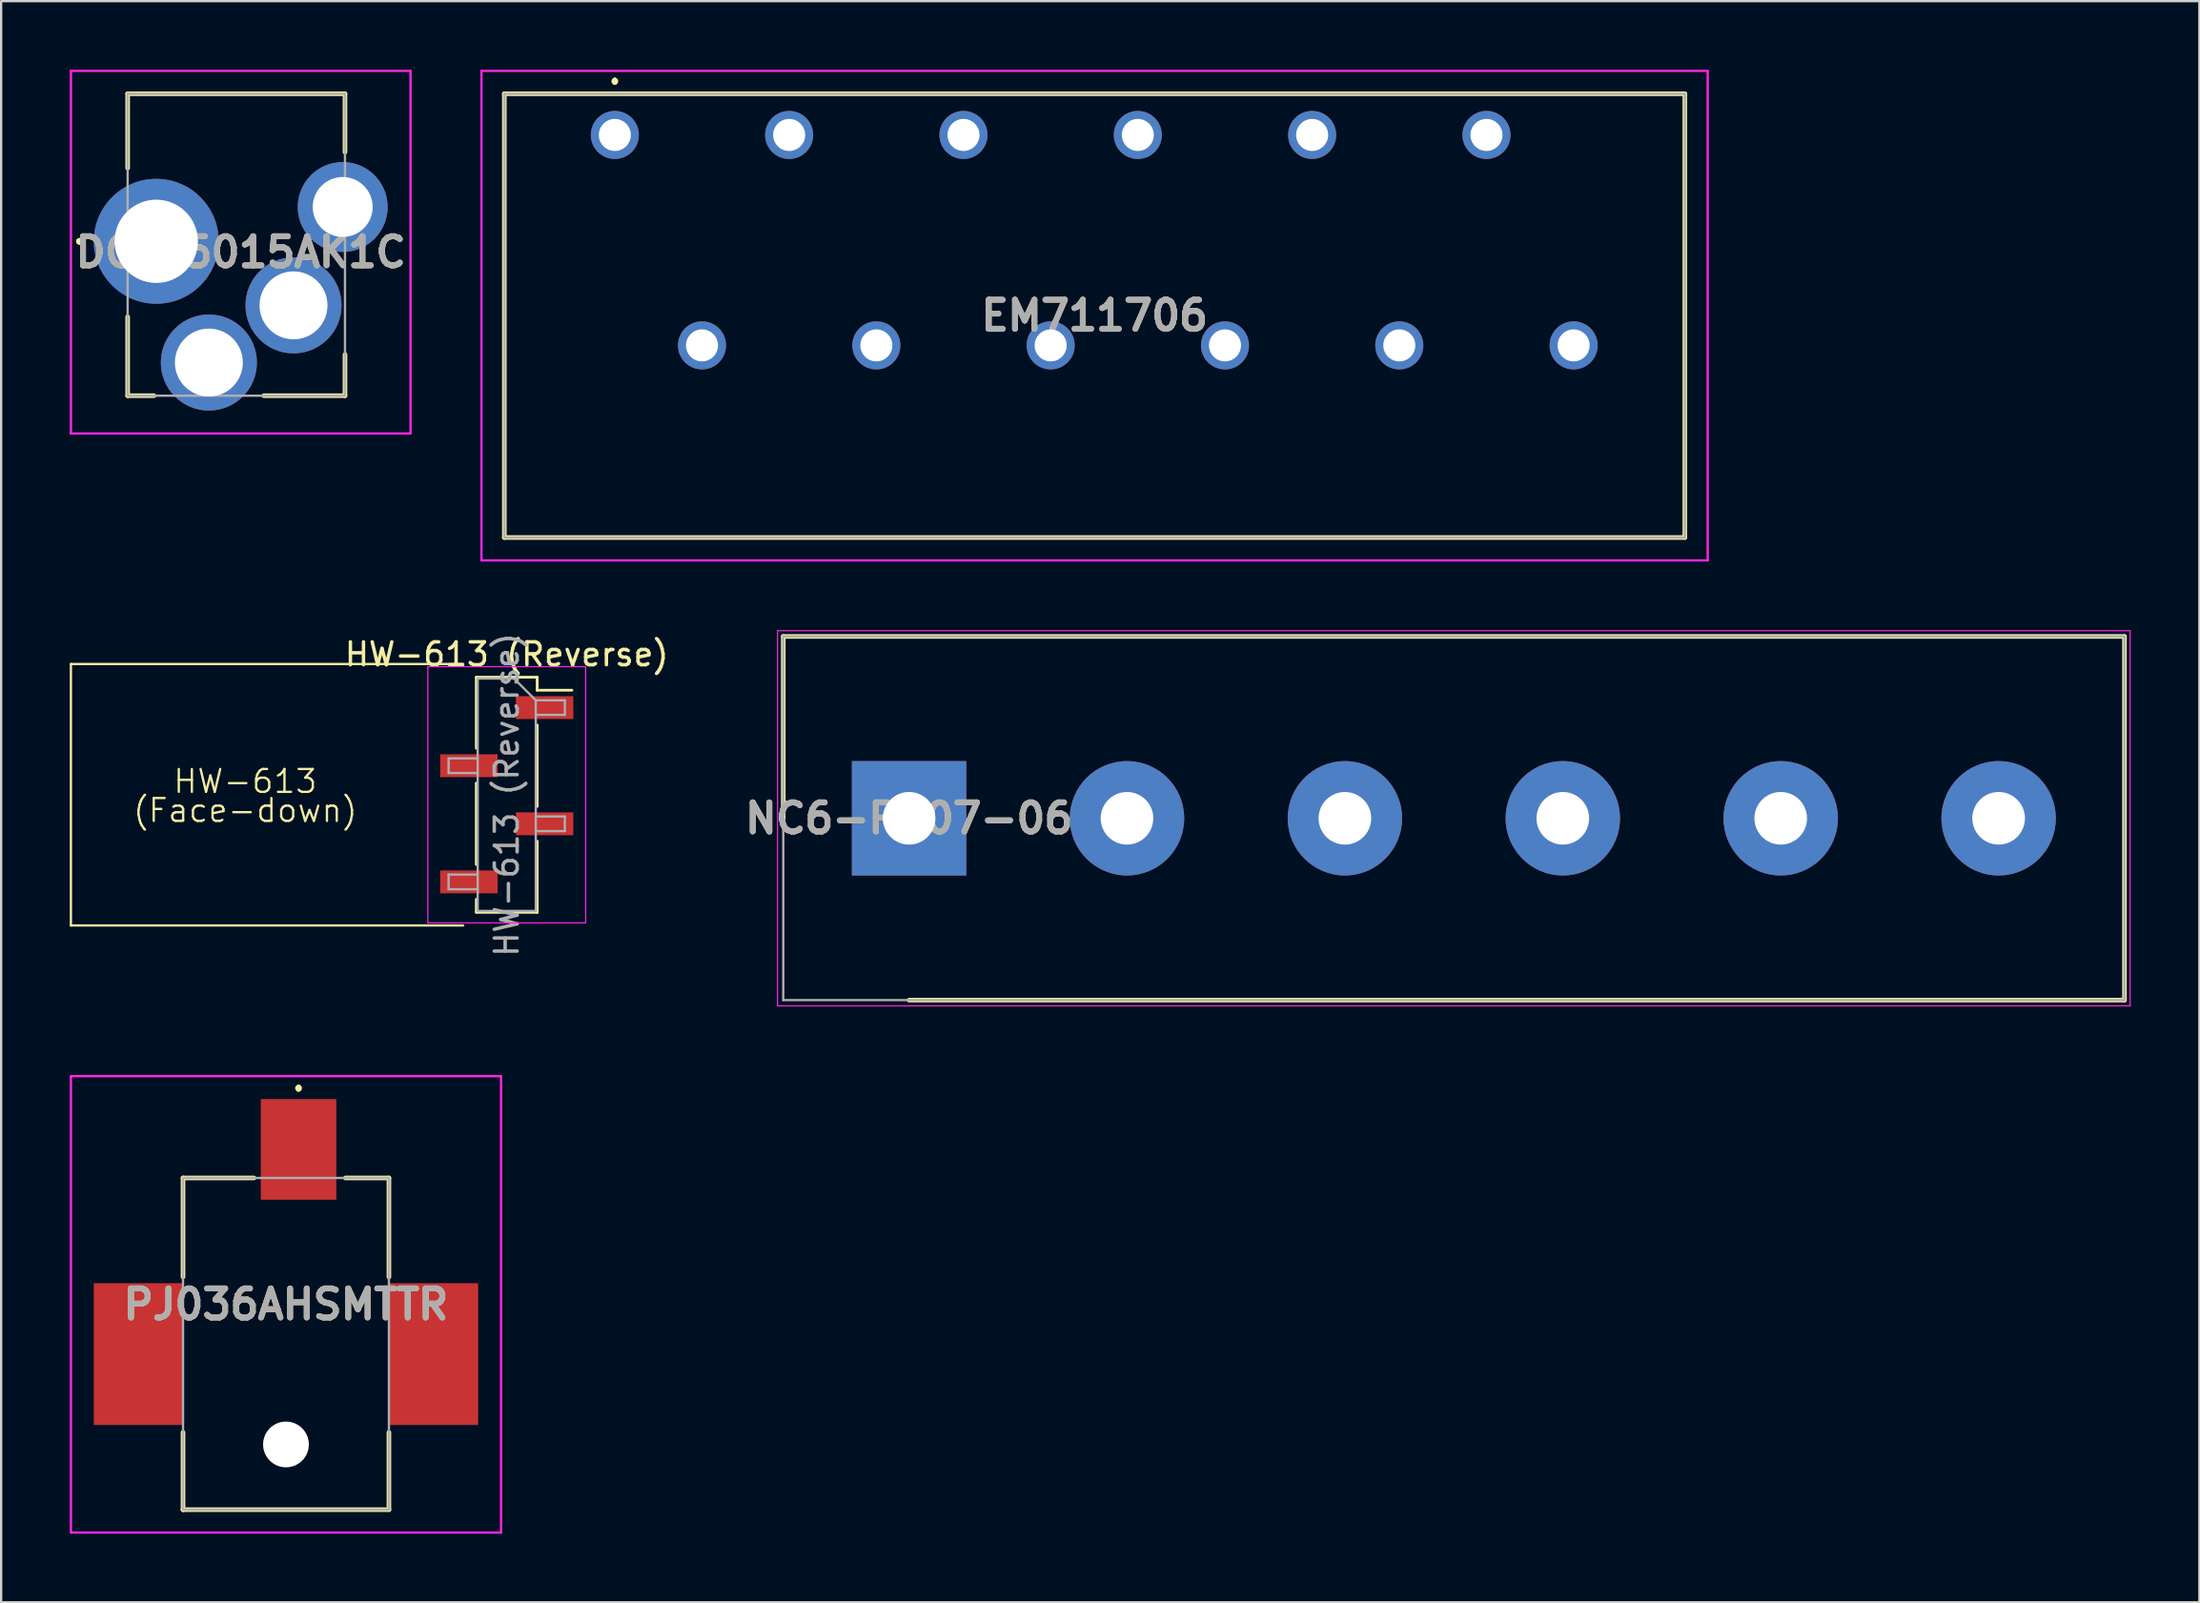
<source format=kicad_pcb>
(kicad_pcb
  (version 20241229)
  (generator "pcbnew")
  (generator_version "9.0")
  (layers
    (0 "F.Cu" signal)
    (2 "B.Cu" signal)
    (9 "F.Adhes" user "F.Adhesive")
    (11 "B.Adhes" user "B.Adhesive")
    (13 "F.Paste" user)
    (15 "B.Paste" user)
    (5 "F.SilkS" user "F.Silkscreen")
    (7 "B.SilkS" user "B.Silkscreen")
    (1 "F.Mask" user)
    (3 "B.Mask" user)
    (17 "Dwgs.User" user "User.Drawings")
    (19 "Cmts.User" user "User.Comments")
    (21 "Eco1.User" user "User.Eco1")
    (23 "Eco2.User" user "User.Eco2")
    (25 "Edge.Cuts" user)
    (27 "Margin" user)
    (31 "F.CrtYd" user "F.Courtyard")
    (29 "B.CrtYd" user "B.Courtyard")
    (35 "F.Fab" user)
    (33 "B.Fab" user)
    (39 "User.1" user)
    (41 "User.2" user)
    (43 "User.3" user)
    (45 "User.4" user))
  (footprint "EM711706"
    (layer "F.Cu")
    (at 23.825 2.85)
    (property "Reference" "EM711706" (at 20.97 7.9 0) (layer "F.SilkS") (effects (font (size 1.27 1.27) (thickness 0.254))))
    (attr through_hole)
    (fp_line (start -4.83 -1.8) (end 46.77 -1.8) (stroke (width 0.2) (type solid)) (layer "F.SilkS"))
    (fp_line (start -4.83 17.6) (end -4.83 -1.8) (stroke (width 0.2) (type solid)) (layer "F.SilkS"))
    (fp_line (start 0 -2.4) (end 0 -2.4) (stroke (width 0.2) (type solid)) (layer "F.SilkS"))
    (fp_line (start 0 -2.4) (end 0 -2.3) (stroke (width 0.2) (type solid)) (layer "F.SilkS"))
    (fp_line (start 0 -2.3) (end 0 -2.3) (stroke (width 0.2) (type solid)) (layer "F.SilkS"))
    (fp_line (start 46.77 -1.8) (end 46.77 17.6) (stroke (width 0.2) (type solid)) (layer "F.SilkS"))
    (fp_line (start 46.77 17.6) (end -4.83 17.6) (stroke (width 0.2) (type solid)) (layer "F.SilkS"))
    (fp_arc (start 0 -2.4) (mid 0.05 -2.35) (end 0 -2.3) (stroke (width 0.2) (type solid)) (layer "F.SilkS"))
    (fp_arc (start 0 -2.3) (mid -0.05 -2.35) (end 0 -2.4) (stroke (width 0.2) (type solid)) (layer "F.SilkS"))
    (fp_line (start -5.83 -2.8) (end 47.77 -2.8) (stroke (width 0.1) (type solid)) (layer "F.CrtYd"))
    (fp_line (start -5.83 18.6) (end -5.83 -2.8) (stroke (width 0.1) (type solid)) (layer "F.CrtYd"))
    (fp_line (start 47.77 -2.8) (end 47.77 18.6) (stroke (width 0.1) (type solid)) (layer "F.CrtYd"))
    (fp_line (start 47.77 18.6) (end -5.83 18.6) (stroke (width 0.1) (type solid)) (layer "F.CrtYd"))
    (fp_line (start -4.83 -1.8) (end -4.83 17.6) (stroke (width 0.1) (type solid)) (layer "F.Fab"))
    (fp_line (start -4.83 17.6) (end 46.77 17.6) (stroke (width 0.1) (type solid)) (layer "F.Fab"))
    (fp_line (start 46.77 -1.8) (end -4.83 -1.8) (stroke (width 0.1) (type solid)) (layer "F.Fab"))
    (fp_line (start 46.77 17.6) (end 46.77 -1.8) (stroke (width 0.1) (type solid)) (layer "F.Fab"))
    (fp_text user "${REFERENCE}" (at 20.97 7.9 0) (layer "F.Fab") (effects (font (size 1.27 1.27) (thickness 0.254))))
    (pad "1" thru_hole circle (at 0 0) (size 2.1 2.1) (drill 1.4) (layers "*.Cu" "*.Mask"))
    (pad "2" thru_hole circle (at 3.81 9.2) (size 2.1 2.1) (drill 1.4) (layers "*.Cu" "*.Mask"))
    (pad "3" thru_hole circle (at 7.62 0) (size 2.1 2.1) (drill 1.4) (layers "*.Cu" "*.Mask"))
    (pad "4" thru_hole circle (at 11.43 9.2) (size 2.1 2.1) (drill 1.4) (layers "*.Cu" "*.Mask"))
    (pad "5" thru_hole circle (at 15.24 0) (size 2.1 2.1) (drill 1.4) (layers "*.Cu" "*.Mask"))
    (pad "6" thru_hole circle (at 19.05 9.2) (size 2.1 2.1) (drill 1.4) (layers "*.Cu" "*.Mask"))
    (pad "7" thru_hole circle (at 22.86 0) (size 2.1 2.1) (drill 1.4) (layers "*.Cu" "*.Mask"))
    (pad "8" thru_hole circle (at 26.67 9.2) (size 2.1 2.1) (drill 1.4) (layers "*.Cu" "*.Mask"))
    (pad "9" thru_hole circle (at 30.48 0) (size 2.1 2.1) (drill 1.4) (layers "*.Cu" "*.Mask"))
    (pad "10" thru_hole circle (at 34.29 9.2) (size 2.1 2.1) (drill 1.4) (layers "*.Cu" "*.Mask"))
    (pad "11" thru_hole circle (at 38.1 0) (size 2.1 2.1) (drill 1.4) (layers "*.Cu" "*.Mask"))
    (pad "12" thru_hole circle (at 41.91 9.2) (size 2.1 2.1) (drill 1.4) (layers "*.Cu" "*.Mask")))
  (footprint "DCJ25015AK1C"
    (layer "F.Cu")
    (at 3.78 7.5)
    (property "Reference" "DCJ25015AK1C" (at 3.692 0.475 0) (layer "F.SilkS") (effects (font (size 1.27 1.27) (thickness 0.254))))
    (attr through_hole)
    (fp_line (start -3.4 0) (end -3.4 0) (stroke (width 0.2) (type solid)) (layer "F.SilkS"))
    (fp_line (start -3.4 0) (end -3.4 0) (stroke (width 0.2) (type solid)) (layer "F.SilkS"))
    (fp_line (start -3.3 0) (end -3.3 0) (stroke (width 0.2) (type solid)) (layer "F.SilkS"))
    (fp_line (start -1.25 -6.45) (end -1.25 -3.2) (stroke (width 0.2) (type solid)) (layer "F.SilkS"))
    (fp_line (start -1.25 3.3) (end -1.25 6.75) (stroke (width 0.2) (type solid)) (layer "F.SilkS"))
    (fp_line (start -1.25 6.75) (end -0.1 6.75) (stroke (width 0.2) (type solid)) (layer "F.SilkS"))
    (fp_line (start 4.7 6.75) (end 8.25 6.75) (stroke (width 0.2) (type solid)) (layer "F.SilkS"))
    (fp_line (start 8.25 -6.45) (end -1.25 -6.45) (stroke (width 0.2) (type solid)) (layer "F.SilkS"))
    (fp_line (start 8.25 -3.9) (end 8.25 -6.45) (stroke (width 0.2) (type solid)) (layer "F.SilkS"))
    (fp_line (start 8.25 6.75) (end 8.25 4.95) (stroke (width 0.2) (type solid)) (layer "F.SilkS"))
    (fp_arc (start -3.4 0) (mid -3.35 -0.05) (end -3.3 0) (stroke (width 0.2) (type solid)) (layer "F.SilkS"))
    (fp_arc (start -3.3 0) (mid -3.35 0.05) (end -3.4 0) (stroke (width 0.2) (type solid)) (layer "F.SilkS"))
    (fp_arc (start -3.3 0) (mid -3.35 0.05) (end -3.4 0) (stroke (width 0.2) (type solid)) (layer "F.SilkS"))
    (fp_line (start -3.73 -7.45) (end 11.115 -7.45) (stroke (width 0.1) (type solid)) (layer "F.CrtYd"))
    (fp_line (start -3.73 8.4) (end -3.73 -7.45) (stroke (width 0.1) (type solid)) (layer "F.CrtYd"))
    (fp_line (start 11.115 -7.45) (end 11.115 8.4) (stroke (width 0.1) (type solid)) (layer "F.CrtYd"))
    (fp_line (start 11.115 8.4) (end -3.73 8.4) (stroke (width 0.1) (type solid)) (layer "F.CrtYd"))
    (fp_line (start -1.25 -6.45) (end -1.25 6.75) (stroke (width 0.1) (type solid)) (layer "F.Fab"))
    (fp_line (start -1.25 6.75) (end 8.25 6.75) (stroke (width 0.1) (type solid)) (layer "F.Fab"))
    (fp_line (start 8.25 -6.45) (end -1.25 -6.45) (stroke (width 0.1) (type solid)) (layer "F.Fab"))
    (fp_line (start 8.25 6.75) (end 8.25 -6.45) (stroke (width 0.1) (type solid)) (layer "F.Fab"))
    (fp_text user "${REFERENCE}" (at 3.692 0.475 0) (layer "F.Fab") (effects (font (size 1.27 1.27) (thickness 0.254))))
    (pad "1" thru_hole circle (at 0 0) (size 5.46 5.46) (drill 3.64) (layers "*.Cu" "*.Mask"))
    (pad "2" thru_hole circle (at 2.3 5.3) (size 4.2 4.2) (drill 2.97) (layers "*.Cu" "*.Mask"))
    (pad "3" thru_hole circle (at 6 2.8) (size 4.2 4.2) (drill 2.97) (layers "*.Cu" "*.Mask"))
    (pad "MH1" thru_hole circle (at 8.15 -1.5) (size 3.93 3.93) (drill 2.62) (layers "*.Cu" "*.Mask")))
  (footprint "NC6-P107-06"
    (layer "F.Cu")
    (at 36.687 32.725)
    (property "Reference" "NC6-P107-06" (at 0 0 0) (layer "F.SilkS") (effects (font (size 1.27 1.27) (thickness 0.254))))
    (attr through_hole)
    (fp_line (start -5.5 -7.95) (end -5.5 0) (stroke (width 0.2) (type solid)) (layer "F.SilkS"))
    (fp_line (start 0 7.95) (end 53.125 7.95) (stroke (width 0.2) (type solid)) (layer "F.SilkS"))
    (fp_line (start 53.125 -7.95) (end -5.5 -7.95) (stroke (width 0.2) (type solid)) (layer "F.SilkS"))
    (fp_line (start 53.125 7.95) (end 53.125 -7.95) (stroke (width 0.2) (type solid)) (layer "F.SilkS"))
    (fp_line (start -5.75 -8.2) (end 53.375 -8.2) (stroke (width 0.05) (type solid)) (layer "F.CrtYd"))
    (fp_line (start -5.75 8.2) (end -5.75 -8.2) (stroke (width 0.05) (type solid)) (layer "F.CrtYd"))
    (fp_line (start 53.375 -8.2) (end 53.375 8.2) (stroke (width 0.05) (type solid)) (layer "F.CrtYd"))
    (fp_line (start 53.375 8.2) (end -5.75 8.2) (stroke (width 0.05) (type solid)) (layer "F.CrtYd"))
    (fp_line (start -5.5 -7.95) (end 53.125 -7.95) (stroke (width 0.1) (type solid)) (layer "F.Fab"))
    (fp_line (start -5.5 7.95) (end -5.5 -7.95) (stroke (width 0.1) (type solid)) (layer "F.Fab"))
    (fp_line (start 53.125 -7.95) (end 53.125 7.95) (stroke (width 0.1) (type solid)) (layer "F.Fab"))
    (fp_line (start 53.125 7.95) (end -5.5 7.95) (stroke (width 0.1) (type solid)) (layer "F.Fab"))
    (fp_text user "${REFERENCE}" (at 0 0 0) (layer "F.Fab") (effects (font (size 1.27 1.27) (thickness 0.254))))
    (pad "1" thru_hole rect (at 0 0) (size 5 5) (drill 2.3) (layers "*.Cu" "*.Mask"))
    (pad "2" thru_hole circle (at 9.525 0) (size 5 5) (drill 2.3) (layers "*.Cu" "*.Mask"))
    (pad "3" thru_hole circle (at 19.05 0) (size 5 5) (drill 2.3) (layers "*.Cu" "*.Mask"))
    (pad "4" thru_hole circle (at 28.575 0) (size 5 5) (drill 2.3) (layers "*.Cu" "*.Mask"))
    (pad "5" thru_hole circle (at 38.1 0) (size 5 5) (drill 2.3) (layers "*.Cu" "*.Mask"))
    (pad "6" thru_hole circle (at 47.625 0) (size 5 5) (drill 2.3) (layers "*.Cu" "*.Mask")))
  (footprint "PJ036AHSMTTR"
    (layer "F.Cu")
    (at 9.45 53.975)
    (property "Reference" "PJ036AHSMTTR" (at 0 0 0) (layer "F.SilkS") (effects (font (size 1.27 1.27) (thickness 0.254))))
    (attr through_hole)
    (fp_line (start -4.5 -5.525) (end -1.4 -5.525) (stroke (width 0.2) (type solid)) (layer "F.SilkS"))
    (fp_line (start -4.5 -1.2) (end -4.5 -5.525) (stroke (width 0.2) (type solid)) (layer "F.SilkS"))
    (fp_line (start -4.5 5.6) (end -4.5 8.975) (stroke (width 0.2) (type solid)) (layer "F.SilkS"))
    (fp_line (start -4.5 8.975) (end -4.5 8.975) (stroke (width 0.2) (type solid)) (layer "F.SilkS"))
    (fp_line (start -4.5 8.975) (end 4.5 8.975) (stroke (width 0.2) (type solid)) (layer "F.SilkS"))
    (fp_line (start 0.55 -9.5) (end 0.55 -9.5) (stroke (width 0.2) (type solid)) (layer "F.SilkS"))
    (fp_line (start 0.55 -9.4) (end 0.55 -9.4) (stroke (width 0.2) (type solid)) (layer "F.SilkS"))
    (fp_line (start 2.6 -5.525) (end 4.5 -5.525) (stroke (width 0.2) (type solid)) (layer "F.SilkS"))
    (fp_line (start 4.5 -5.525) (end 4.5 -1.2) (stroke (width 0.2) (type solid)) (layer "F.SilkS"))
    (fp_line (start 4.5 8.975) (end 4.5 5.6) (stroke (width 0.2) (type solid)) (layer "F.SilkS"))
    (fp_arc (start 0.55 -9.5) (mid 0.6 -9.45) (end 0.55 -9.4) (stroke (width 0.2) (type solid)) (layer "F.SilkS"))
    (fp_arc (start 0.55 -9.4) (mid 0.5 -9.45) (end 0.55 -9.5) (stroke (width 0.2) (type solid)) (layer "F.SilkS"))
    (fp_line (start -9.4 -9.975) (end 9.4 -9.975) (stroke (width 0.1) (type solid)) (layer "F.CrtYd"))
    (fp_line (start -9.4 9.975) (end -9.4 -9.975) (stroke (width 0.1) (type solid)) (layer "F.CrtYd"))
    (fp_line (start 9.4 -9.975) (end 9.4 9.975) (stroke (width 0.1) (type solid)) (layer "F.CrtYd"))
    (fp_line (start 9.4 9.975) (end -9.4 9.975) (stroke (width 0.1) (type solid)) (layer "F.CrtYd"))
    (fp_line (start -4.5 -5.525) (end 4.5 -5.525) (stroke (width 0.1) (type solid)) (layer "F.Fab"))
    (fp_line (start -4.5 8.975) (end -4.5 -5.525) (stroke (width 0.1) (type solid)) (layer "F.Fab"))
    (fp_line (start 4.5 -5.525) (end 4.5 8.975) (stroke (width 0.1) (type solid)) (layer "F.Fab"))
    (fp_line (start 4.5 8.975) (end -4.5 8.975) (stroke (width 0.1) (type solid)) (layer "F.Fab"))
    (fp_text user "${REFERENCE}" (at 0 0 0) (layer "F.Fab") (effects (font (size 1.27 1.27) (thickness 0.254))))
    (pad "" np_thru_hole circle (at 0 6.125) (size 2 2) (drill 2) (layers "*.Cu" "*.Mask"))
    (pad "1" smd rect (at 0.55 -6.775) (size 3.3 4.4) (layers "F.Cu" "F.Mask" "F.Paste"))
    (pad "2" smd rect (at -6.45 2.175) (size 3.9 6.2) (layers "F.Cu" "F.Mask" "F.Paste"))
    (pad "3" smd rect (at 6.45 2.175) (size 3.9 6.2) (layers "F.Cu" "F.Mask" "F.Paste")))
  (footprint "HW-613 (Reverse)"
    (layer "F.Cu")
    (at 19.1 31.696)
    (property "Reference" "HW-613 (Reverse)" (at 0 -6.14 0) (layer "F.SilkS") (effects (font (size 1 1) (thickness 0.15))))
    (attr smd)
    (fp_line (start -19.05 -5.715) (end -19.05 5.715) (stroke (width 0.1) (type default)) (layer "F.SilkS"))
    (fp_line (start -19.05 5.715) (end -1.905 5.715) (stroke (width 0.1) (type default)) (layer "F.SilkS"))
    (fp_line (start -1.905 -5.715) (end -19.05 -5.715) (stroke (width 0.1) (type default)) (layer "F.SilkS"))
    (fp_line (start -1.33 -5.14) (end -1.33 -2.03) (stroke (width 0.12) (type solid)) (layer "F.SilkS"))
    (fp_line (start -1.33 -5.14) (end 1.33 -5.14) (stroke (width 0.12) (type solid)) (layer "F.SilkS"))
    (fp_line (start -1.33 -0.51) (end -1.33 3.05) (stroke (width 0.12) (type solid)) (layer "F.SilkS"))
    (fp_line (start -1.33 4.57) (end -1.33 5.14) (stroke (width 0.12) (type solid)) (layer "F.SilkS"))
    (fp_line (start -1.33 5.14) (end 1.33 5.14) (stroke (width 0.12) (type solid)) (layer "F.SilkS"))
    (fp_line (start 1.33 -5.14) (end 1.33 -4.57) (stroke (width 0.12) (type solid)) (layer "F.SilkS"))
    (fp_line (start 1.33 -4.57) (end 2.85 -4.57) (stroke (width 0.12) (type solid)) (layer "F.SilkS"))
    (fp_line (start 1.33 -3.05) (end 1.33 0.51) (stroke (width 0.12) (type solid)) (layer "F.SilkS"))
    (fp_line (start 1.33 2.03) (end 1.33 5.14) (stroke (width 0.12) (type solid)) (layer "F.SilkS"))
    (fp_line (start -3.45 -5.6) (end -3.45 5.6) (stroke (width 0.05) (type solid)) (layer "F.CrtYd"))
    (fp_line (start -3.45 5.6) (end 3.45 5.6) (stroke (width 0.05) (type solid)) (layer "F.CrtYd"))
    (fp_line (start 3.45 -5.6) (end -3.45 -5.6) (stroke (width 0.05) (type solid)) (layer "F.CrtYd"))
    (fp_line (start 3.45 5.6) (end 3.45 -5.6) (stroke (width 0.05) (type solid)) (layer "F.CrtYd"))
    (fp_line (start -2.54 -1.59) (end -2.54 -0.95) (stroke (width 0.1) (type solid)) (layer "F.Fab"))
    (fp_line (start -2.54 -0.95) (end -1.27 -0.95) (stroke (width 0.1) (type solid)) (layer "F.Fab"))
    (fp_line (start -2.54 3.49) (end -2.54 4.13) (stroke (width 0.1) (type solid)) (layer "F.Fab"))
    (fp_line (start -2.54 4.13) (end -1.27 4.13) (stroke (width 0.1) (type solid)) (layer "F.Fab"))
    (fp_line (start -1.27 -5.08) (end -1.27 5.08) (stroke (width 0.1) (type solid)) (layer "F.Fab"))
    (fp_line (start -1.27 -5.08) (end 0.32 -5.08) (stroke (width 0.1) (type solid)) (layer "F.Fab"))
    (fp_line (start -1.27 -1.59) (end -2.54 -1.59) (stroke (width 0.1) (type solid)) (layer "F.Fab"))
    (fp_line (start -1.27 3.49) (end -2.54 3.49) (stroke (width 0.1) (type solid)) (layer "F.Fab"))
    (fp_line (start 1.27 -4.13) (end 0.32 -5.08) (stroke (width 0.1) (type solid)) (layer "F.Fab"))
    (fp_line (start 1.27 -4.13) (end 2.54 -4.13) (stroke (width 0.1) (type solid)) (layer "F.Fab"))
    (fp_line (start 1.27 0.95) (end 2.54 0.95) (stroke (width 0.1) (type solid)) (layer "F.Fab"))
    (fp_line (start 1.27 5.08) (end -1.27 5.08) (stroke (width 0.1) (type solid)) (layer "F.Fab"))
    (fp_line (start 1.27 5.08) (end 1.27 -4.13) (stroke (width 0.1) (type solid)) (layer "F.Fab"))
    (fp_line (start 2.54 -4.13) (end 2.54 -3.49) (stroke (width 0.1) (type solid)) (layer "F.Fab"))
    (fp_line (start 2.54 -3.49) (end 1.27 -3.49) (stroke (width 0.1) (type solid)) (layer "F.Fab"))
    (fp_line (start 2.54 0.95) (end 2.54 1.59) (stroke (width 0.1) (type solid)) (layer "F.Fab"))
    (fp_line (start 2.54 1.59) (end 1.27 1.59) (stroke (width 0.1) (type solid)) (layer "F.Fab"))
    (fp_text user "(Face-down)" (at -11.43 1.27 0) (unlocked yes) (layer "F.SilkS") (effects (font (size 1 1) (thickness 0.1)) (justify bottom)))
    (fp_text user "HW-613" (at -11.43 0 0) (unlocked yes) (layer "F.SilkS") (effects (font (size 1 1) (thickness 0.1)) (justify bottom)))
    (fp_text user "${REFERENCE}" (at 0 0 90) (layer "F.Fab") (effects (font (size 1 1) (thickness 0.15))))
    (pad "1" smd rect (at 1.655 -3.81) (size 2.51 1) (layers "F.Cu" "F.Mask" "F.Paste"))
    (pad "2" smd rect (at -1.655 -1.27) (size 2.51 1) (layers "F.Cu" "F.Mask" "F.Paste"))
    (pad "3" smd rect (at 1.655 1.27) (size 2.51 1) (layers "F.Cu" "F.Mask" "F.Paste"))
    (pad "4" smd rect (at -1.655 3.81) (size 2.51 1) (layers "F.Cu" "F.Mask" "F.Paste")))
  (gr_rect
    (start -3 -3)
    (end 93.087 67)
    (stroke (width 0.1) (type default))
    (fill no)
    (layer "Edge.Cuts")))
</source>
